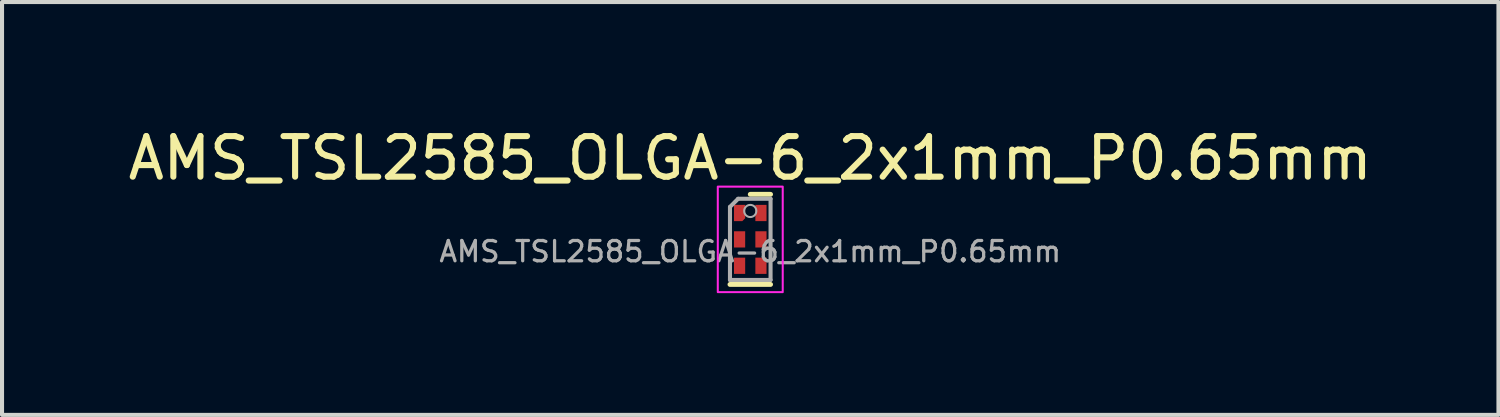
<source format=kicad_pcb>
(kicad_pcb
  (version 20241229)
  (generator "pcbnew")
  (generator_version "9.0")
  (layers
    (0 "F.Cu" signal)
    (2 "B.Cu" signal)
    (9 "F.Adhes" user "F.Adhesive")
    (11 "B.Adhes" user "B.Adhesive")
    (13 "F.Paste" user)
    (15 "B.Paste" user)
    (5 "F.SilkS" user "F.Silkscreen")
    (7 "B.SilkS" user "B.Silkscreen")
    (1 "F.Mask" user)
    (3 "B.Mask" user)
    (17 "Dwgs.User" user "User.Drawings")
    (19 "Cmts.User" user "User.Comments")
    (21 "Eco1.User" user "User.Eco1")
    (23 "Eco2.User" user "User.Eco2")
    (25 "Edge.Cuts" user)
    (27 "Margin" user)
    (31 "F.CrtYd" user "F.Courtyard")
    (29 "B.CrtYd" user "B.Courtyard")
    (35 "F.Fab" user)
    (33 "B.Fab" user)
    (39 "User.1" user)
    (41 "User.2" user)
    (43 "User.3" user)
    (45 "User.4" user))
  (footprint "AMS_TSL2585_OLGA-6_2x1mm_P0.65mm"
    (layer "F.Cu")
    (at 15.435 2.848)
    (property "Reference" "AMS_TSL2585_OLGA-6_2x1mm_P0.65mm" (at 0 -2 0) (layer "F.SilkS") (effects (font (size 1 1) (thickness 0.15))))
    (attr smd)
    (fp_line (start -0.5 1.11) (end 0.5 1.11) (stroke (width 0.12) (type solid)) (layer "F.SilkS"))
    (fp_line (start 0 -1.11) (end 0.5 -1.11) (stroke (width 0.12) (type solid)) (layer "F.SilkS"))
    (fp_rect (start -0.8 -1.3) (end 0.8 1.3) (stroke (width 0.05) (type default)) (fill no) (layer "F.CrtYd"))
    (fp_line (start -0.5 -0.8) (end -0.3 -1) (stroke (width 0.1) (type solid)) (layer "F.Fab"))
    (fp_line (start -0.5 1) (end -0.5 -0.8) (stroke (width 0.1) (type solid)) (layer "F.Fab"))
    (fp_line (start -0.3 -1) (end 0.5 -1) (stroke (width 0.1) (type solid)) (layer "F.Fab"))
    (fp_line (start 0.5 -1) (end 0.5 1) (stroke (width 0.1) (type solid)) (layer "F.Fab"))
    (fp_line (start 0.5 1) (end -0.5 1) (stroke (width 0.1) (type solid)) (layer "F.Fab"))
    (fp_circle (center 0 -0.7) (end 0.15 -0.7) (stroke (width 0.05) (type solid)) (fill no) (layer "F.Fab"))
    (fp_text user "${REFERENCE}" (at 0 0.3 0) (layer "F.Fab") (effects (font (size 0.5 0.5) (thickness 0.08))))
    (pad "1" smd roundrect (at -0.263 -0.65) (size 0.275 0.4) (layers "F.Cu" "F.Mask" "F.Paste") (roundrect_rratio 0) (chamfer_ratio 0.255) (chamfer bottom_right))
    (pad "2" smd rect (at -0.263 0) (size 0.275 0.4) (layers "F.Cu" "F.Mask" "F.Paste"))
    (pad "3" smd rect (at -0.263 0.65) (size 0.275 0.4) (layers "F.Cu" "F.Mask" "F.Paste"))
    (pad "4" smd rect (at 0.263 0.65) (size 0.275 0.4) (layers "F.Cu" "F.Mask" "F.Paste"))
    (pad "5" smd rect (at 0.263 0) (size 0.275 0.4) (layers "F.Cu" "F.Mask" "F.Paste"))
    (pad "6" smd rect (at 0.263 -0.65) (size 0.275 0.4) (layers "F.Cu" "F.Mask" "F.Paste")))
  (gr_rect
    (start -3 -3)
    (end 33.869 7.173)
    (stroke (width 0.1) (type default))
    (fill no)
    (layer "Edge.Cuts")))
</source>
